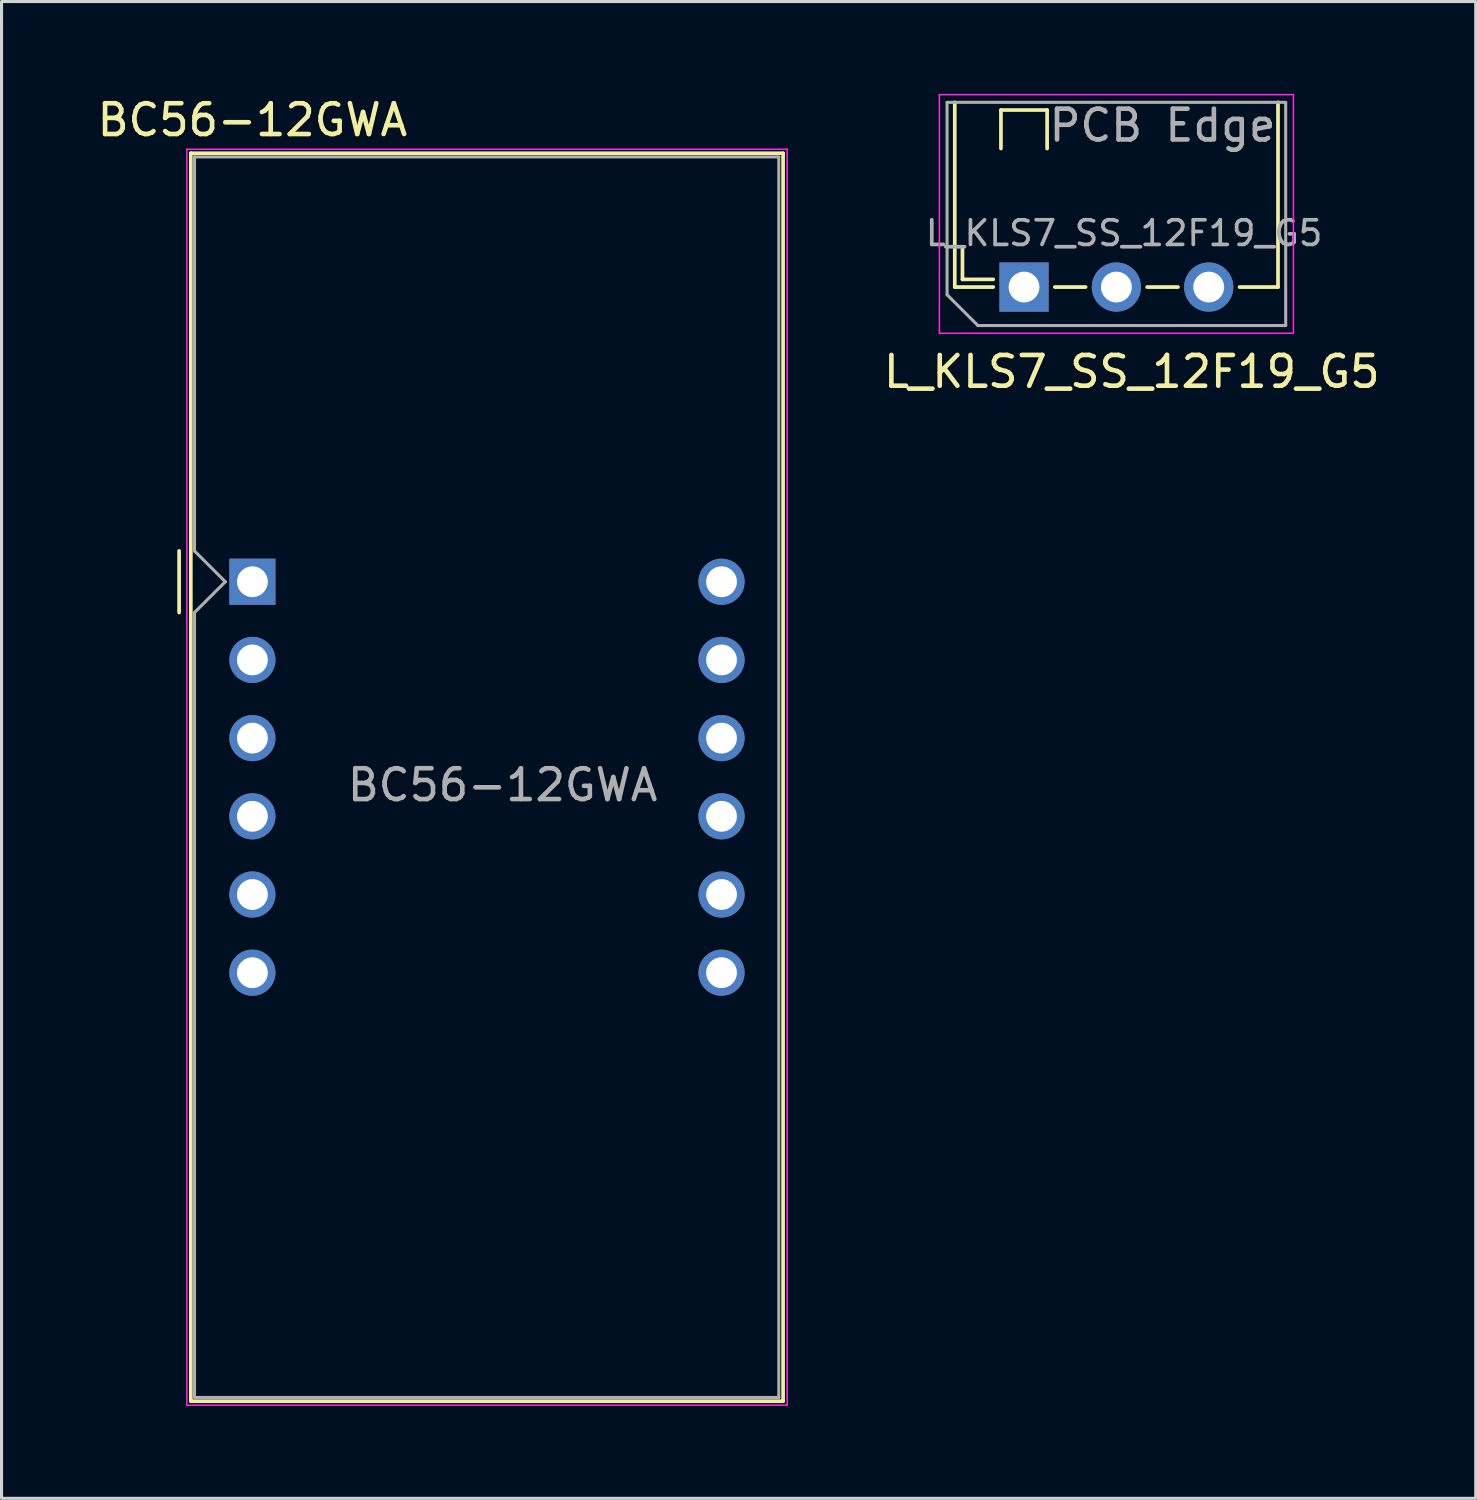
<source format=kicad_pcb>
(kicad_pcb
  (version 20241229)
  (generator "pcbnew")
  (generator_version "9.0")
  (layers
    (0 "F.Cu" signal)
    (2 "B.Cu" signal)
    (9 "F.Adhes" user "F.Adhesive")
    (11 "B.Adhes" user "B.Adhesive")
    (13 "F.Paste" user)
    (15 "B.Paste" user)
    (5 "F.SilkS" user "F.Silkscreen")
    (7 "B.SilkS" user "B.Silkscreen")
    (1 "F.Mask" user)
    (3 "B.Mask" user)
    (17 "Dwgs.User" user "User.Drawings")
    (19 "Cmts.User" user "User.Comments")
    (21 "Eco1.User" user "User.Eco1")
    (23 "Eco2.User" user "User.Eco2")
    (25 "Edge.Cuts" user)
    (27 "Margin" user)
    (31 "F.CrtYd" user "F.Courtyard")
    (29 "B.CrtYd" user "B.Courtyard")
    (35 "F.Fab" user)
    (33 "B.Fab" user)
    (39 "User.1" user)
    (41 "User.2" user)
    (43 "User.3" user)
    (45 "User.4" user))
  (footprint "BC56-12GWA"
    (layer "F.Cu")
    (at 5.149 15.848)
    (property "Reference" "BC56-12GWA" (at 0 -15 0) (layer "F.SilkS") (effects (font (size 1 1) (thickness 0.15))))
    (attr through_hole)
    (fp_line (start -2.38 -1) (end -2.38 1) (stroke (width 0.12) (type solid)) (layer "F.SilkS"))
    (fp_line (start -2 -13.92) (end -2 26.62) (stroke (width 0.12) (type solid)) (layer "F.SilkS"))
    (fp_line (start -2 -13.92) (end 17.24 -13.92) (stroke (width 0.12) (type solid)) (layer "F.SilkS"))
    (fp_line (start -2 26.62) (end 17.24 26.62) (stroke (width 0.12) (type solid)) (layer "F.SilkS"))
    (fp_line (start 17.24 26.62) (end 17.24 -13.92) (stroke (width 0.12) (type solid)) (layer "F.SilkS"))
    (fp_line (start -2.13 -14.05) (end 17.37 -14.05) (stroke (width 0.05) (type solid)) (layer "F.CrtYd"))
    (fp_line (start -2.13 26.75) (end -2.13 -14.05) (stroke (width 0.05) (type solid)) (layer "F.CrtYd"))
    (fp_line (start 17.37 -14.05) (end 17.37 26.75) (stroke (width 0.05) (type solid)) (layer "F.CrtYd"))
    (fp_line (start 17.37 26.75) (end -2.13 26.75) (stroke (width 0.05) (type solid)) (layer "F.CrtYd"))
    (fp_line (start -1.88 -13.8) (end 17.1 -13.8) (stroke (width 0.1) (type solid)) (layer "F.Fab"))
    (fp_line (start -1.88 -1) (end -1.88 -13.8) (stroke (width 0.1) (type solid)) (layer "F.Fab"))
    (fp_line (start -1.88 1) (end -1.88 26.5) (stroke (width 0.1) (type solid)) (layer "F.Fab"))
    (fp_line (start -1.88 1) (end -0.88 0) (stroke (width 0.1) (type solid)) (layer "F.Fab"))
    (fp_line (start -1.88 26.5) (end 17.1 26.5) (stroke (width 0.1) (type solid)) (layer "F.Fab"))
    (fp_line (start -0.88 0) (end -1.88 -1) (stroke (width 0.1) (type solid)) (layer "F.Fab"))
    (fp_line (start 17.1 -13.8) (end 17.1 26.5) (stroke (width 0.1) (type solid)) (layer "F.Fab"))
    (fp_text user "${REFERENCE}" (at 8.128 6.604 0) (layer "F.Fab") (effects (font (size 1 1) (thickness 0.15))))
    (pad "1" thru_hole rect (at 0 0) (size 1.5 1.5) (drill 1) (layers "*.Cu" "*.Mask"))
    (pad "2" thru_hole circle (at 0 2.54) (size 1.5 1.5) (drill 1) (layers "*.Cu" "*.Mask"))
    (pad "3" thru_hole circle (at 0 5.08) (size 1.5 1.5) (drill 1) (layers "*.Cu" "*.Mask"))
    (pad "4" thru_hole circle (at 0 7.62) (size 1.5 1.5) (drill 1) (layers "*.Cu" "*.Mask"))
    (pad "5" thru_hole circle (at 0 10.16) (size 1.5 1.5) (drill 1) (layers "*.Cu" "*.Mask"))
    (pad "6" thru_hole circle (at 0 12.7) (size 1.5 1.5) (drill 1) (layers "*.Cu" "*.Mask"))
    (pad "7" thru_hole circle (at 15.24 12.7) (size 1.5 1.5) (drill 1) (layers "*.Cu" "*.Mask"))
    (pad "8" thru_hole circle (at 15.24 10.16) (size 1.5 1.5) (drill 1) (layers "*.Cu" "*.Mask"))
    (pad "9" thru_hole circle (at 15.24 7.62) (size 1.5 1.5) (drill 1) (layers "*.Cu" "*.Mask"))
    (pad "10" thru_hole circle (at 15.24 5.08) (size 1.5 1.5) (drill 1) (layers "*.Cu" "*.Mask"))
    (pad "11" thru_hole circle (at 15.24 2.54) (size 1.5 1.5) (drill 1) (layers "*.Cu" "*.Mask"))
    (pad "12" thru_hole circle (at 15.24 0) (size 1.5 1.5) (drill 1) (layers "*.Cu" "*.Mask")))
  (footprint "L_KLS7_SS_12F19_G5"
    (layer "F.Cu")
    (at 30.216 6.275)
    (property "Reference" "L_KLS7_SS_12F19_G5" (at 3.5 2.75 0) (layer "F.SilkS") (effects (font (size 1 1) (thickness 0.15))))
    (attr through_hole)
    (fp_line (start -2.25 0) (end -2.25 -6) (stroke (width 0.12) (type solid)) (layer "F.SilkS"))
    (fp_line (start -2 -1.25) (end -2 -0.25) (stroke (width 0.12) (type solid)) (layer "F.SilkS"))
    (fp_line (start -2 -0.25) (end -1 -0.25) (stroke (width 0.12) (type solid)) (layer "F.SilkS"))
    (fp_line (start -1 0) (end -2.25 0) (stroke (width 0.12) (type solid)) (layer "F.SilkS"))
    (fp_line (start -0.75 -5.75) (end 0.75 -5.75) (stroke (width 0.12) (type solid)) (layer "F.SilkS"))
    (fp_line (start -0.75 -4.5) (end -0.75 -5.75) (stroke (width 0.12) (type solid)) (layer "F.SilkS"))
    (fp_line (start 0.75 -5.75) (end 0.75 -4.5) (stroke (width 0.12) (type solid)) (layer "F.SilkS"))
    (fp_line (start 1 0) (end 2 0) (stroke (width 0.12) (type solid)) (layer "F.SilkS"))
    (fp_line (start 4 0) (end 5 0) (stroke (width 0.12) (type solid)) (layer "F.SilkS"))
    (fp_line (start 8.25 0) (end 7 0) (stroke (width 0.12) (type solid)) (layer "F.SilkS"))
    (fp_line (start 8.25 0) (end 8.25 -6) (stroke (width 0.12) (type solid)) (layer "F.SilkS"))
    (fp_line (start -2.75 -6.25) (end -2.75 1.5) (stroke (width 0.05) (type solid)) (layer "F.CrtYd"))
    (fp_line (start -2.75 1.5) (end 8.75 1.5) (stroke (width 0.05) (type solid)) (layer "F.CrtYd"))
    (fp_line (start 8.75 -6.25) (end -2.75 -6.25) (stroke (width 0.05) (type solid)) (layer "F.CrtYd"))
    (fp_line (start 8.75 1.5) (end 8.75 -6.25) (stroke (width 0.05) (type solid)) (layer "F.CrtYd"))
    (fp_line (start -2.5 -6) (end 8.5 -6) (stroke (width 0.1) (type solid)) (layer "F.Fab"))
    (fp_line (start -2.5 0.25) (end -2.5 -6) (stroke (width 0.1) (type solid)) (layer "F.Fab"))
    (fp_line (start -1.5 1.25) (end -2.5 0.25) (stroke (width 0.1) (type solid)) (layer "F.Fab"))
    (fp_line (start 5.2 1.25) (end -1.5 1.25) (stroke (width 0.1) (type solid)) (layer "F.Fab"))
    (fp_line (start 8.5 -6) (end 8.5 1.25) (stroke (width 0.1) (type solid)) (layer "F.Fab"))
    (fp_line (start 8.5 1.25) (end 5.2 1.25) (stroke (width 0.1) (type solid)) (layer "F.Fab"))
    (fp_text user "PCB Edge" (at 4.5 -5.25 0) (unlocked yes) (layer "F.Fab") (effects (font (size 1 1) (thickness 0.15))))
    (fp_text user "${REFERENCE}" (at 3.25 -1.75 180) (layer "F.Fab") (effects (font (size 0.8 0.8) (thickness 0.12))))
    (pad "1" thru_hole rect (at 0 0) (size 1.6 1.6) (drill 1) (layers "*.Cu" "*.Mask"))
    (pad "2" thru_hole oval (at 3 0) (size 1.6 1.6) (drill 1) (layers "*.Cu" "*.Mask"))
    (pad "3" thru_hole oval (at 6 0) (size 1.6 1.6) (drill 1) (layers "*.Cu" "*.Mask")))
  (gr_rect
    (start -3 -3)
    (end 44.889 45.623)
    (stroke (width 0.1) (type default))
    (fill no)
    (layer "Edge.Cuts")))
</source>
